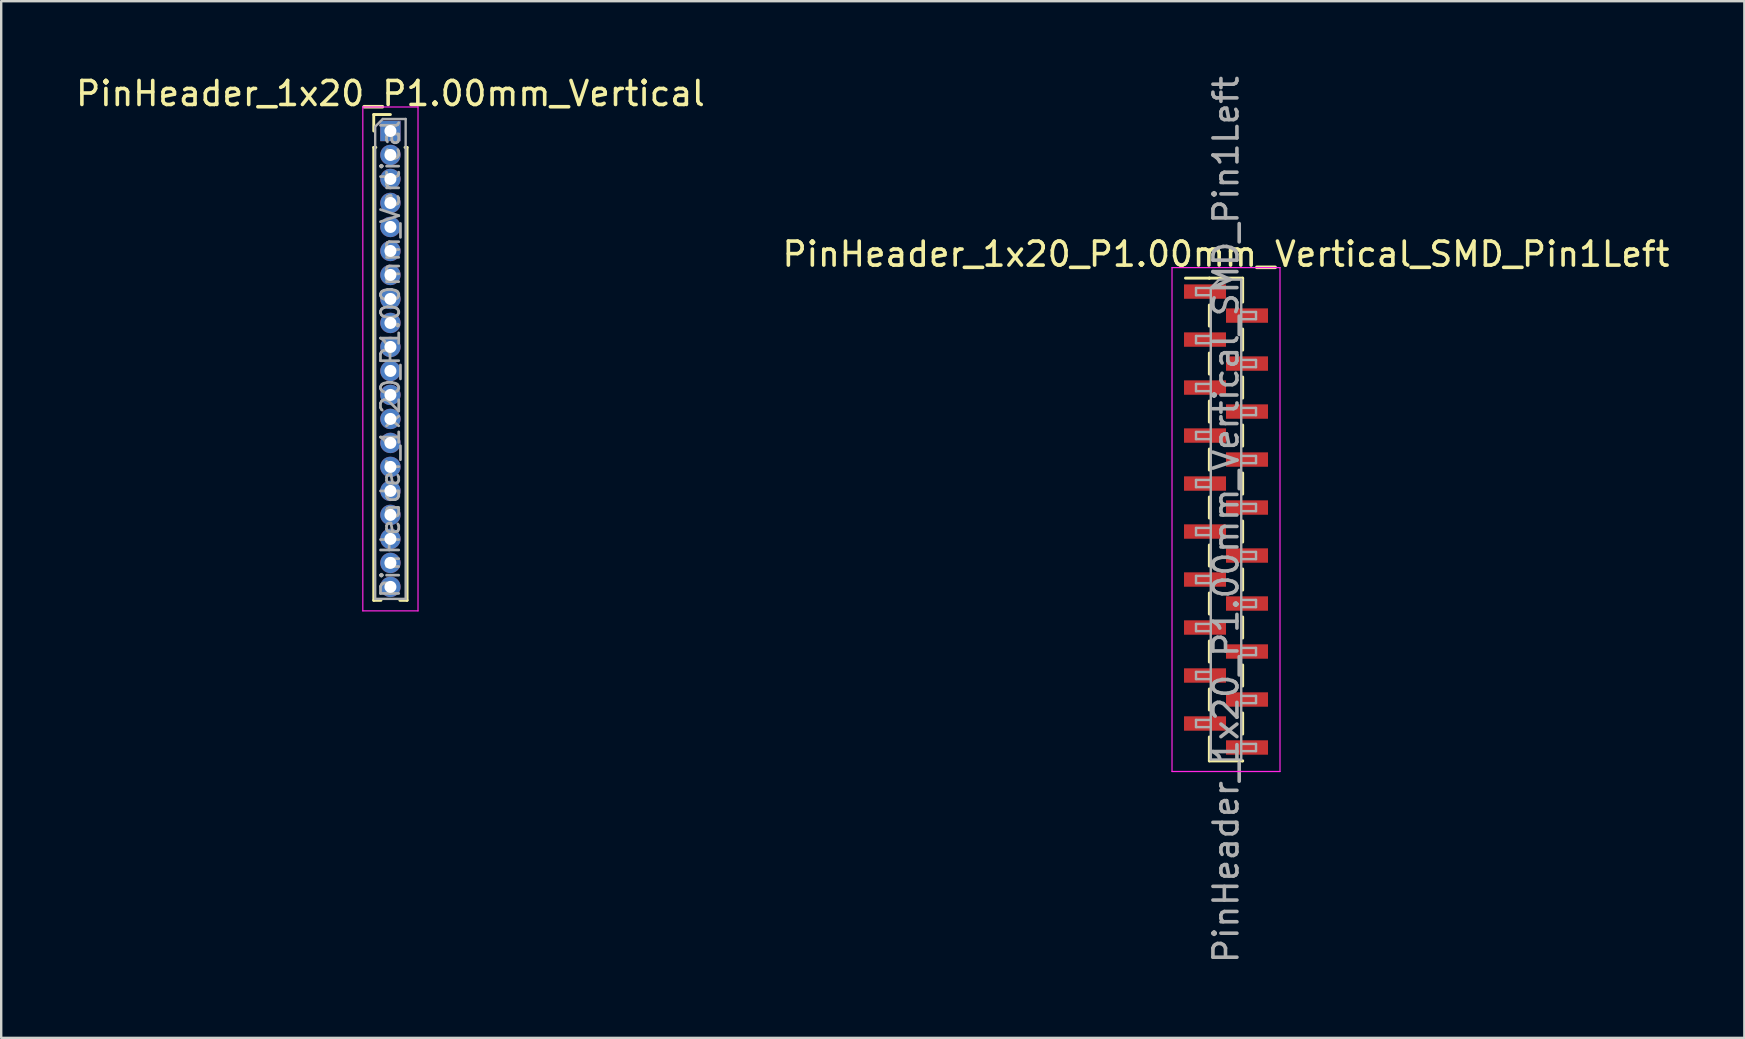
<source format=kicad_pcb>
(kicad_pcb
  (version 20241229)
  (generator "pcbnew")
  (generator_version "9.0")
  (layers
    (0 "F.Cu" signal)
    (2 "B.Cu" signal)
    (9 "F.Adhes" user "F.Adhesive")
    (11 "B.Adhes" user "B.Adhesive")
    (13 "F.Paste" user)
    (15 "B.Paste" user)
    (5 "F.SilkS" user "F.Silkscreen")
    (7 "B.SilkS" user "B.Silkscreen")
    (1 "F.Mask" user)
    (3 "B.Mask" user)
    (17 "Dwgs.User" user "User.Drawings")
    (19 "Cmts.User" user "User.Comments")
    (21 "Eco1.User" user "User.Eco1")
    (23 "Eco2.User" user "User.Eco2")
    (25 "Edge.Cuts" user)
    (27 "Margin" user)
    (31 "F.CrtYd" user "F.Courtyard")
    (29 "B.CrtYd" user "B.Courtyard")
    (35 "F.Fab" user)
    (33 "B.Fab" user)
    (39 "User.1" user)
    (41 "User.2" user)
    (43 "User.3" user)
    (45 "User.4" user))
  (footprint "PinHeader_1x20_P1.00mm_Vertical"
    (layer "F.Cu")
    (at 13.22 2.408)
    (property "Reference" "PinHeader_1x20_P1.00mm_Vertical" (at 0 -1.56 0) (layer "F.SilkS") (effects (font (size 1 1) (thickness 0.15))))
    (attr through_hole)
    (fp_line (start -0.695 -0.685) (end 0 -0.685) (stroke (width 0.12) (type solid)) (layer "F.SilkS"))
    (fp_line (start -0.695 0) (end -0.695 -0.685) (stroke (width 0.12) (type solid)) (layer "F.SilkS"))
    (fp_line (start -0.695 0.685) (end -0.695 19.56) (stroke (width 0.12) (type solid)) (layer "F.SilkS"))
    (fp_line (start -0.695 0.685) (end -0.608 0.685) (stroke (width 0.12) (type solid)) (layer "F.SilkS"))
    (fp_line (start -0.695 19.56) (end -0.394 19.56) (stroke (width 0.12) (type solid)) (layer "F.SilkS"))
    (fp_line (start 0.394 19.56) (end 0.695 19.56) (stroke (width 0.12) (type solid)) (layer "F.SilkS"))
    (fp_line (start 0.608 0.685) (end 0.695 0.685) (stroke (width 0.12) (type solid)) (layer "F.SilkS"))
    (fp_line (start 0.695 0.685) (end 0.695 19.56) (stroke (width 0.12) (type solid)) (layer "F.SilkS"))
    (fp_line (start -1.15 -1) (end -1.15 20) (stroke (width 0.05) (type solid)) (layer "F.CrtYd"))
    (fp_line (start -1.15 20) (end 1.15 20) (stroke (width 0.05) (type solid)) (layer "F.CrtYd"))
    (fp_line (start 1.15 -1) (end -1.15 -1) (stroke (width 0.05) (type solid)) (layer "F.CrtYd"))
    (fp_line (start 1.15 20) (end 1.15 -1) (stroke (width 0.05) (type solid)) (layer "F.CrtYd"))
    (fp_line (start -0.635 -0.182) (end -0.318 -0.5) (stroke (width 0.1) (type solid)) (layer "F.Fab"))
    (fp_line (start -0.635 19.5) (end -0.635 -0.182) (stroke (width 0.1) (type solid)) (layer "F.Fab"))
    (fp_line (start -0.318 -0.5) (end 0.635 -0.5) (stroke (width 0.1) (type solid)) (layer "F.Fab"))
    (fp_line (start 0.635 -0.5) (end 0.635 19.5) (stroke (width 0.1) (type solid)) (layer "F.Fab"))
    (fp_line (start 0.635 19.5) (end -0.635 19.5) (stroke (width 0.1) (type solid)) (layer "F.Fab"))
    (fp_text user "${REFERENCE}" (at 0 9.5 90) (layer "F.Fab") (effects (font (size 0.76 0.76) (thickness 0.114))))
    (pad "1" thru_hole rect (at 0 0) (size 0.85 0.85) (drill 0.5) (layers "*.Cu" "*.Mask"))
    (pad "2" thru_hole oval (at 0 1) (size 0.85 0.85) (drill 0.5) (layers "*.Cu" "*.Mask"))
    (pad "3" thru_hole oval (at 0 2) (size 0.85 0.85) (drill 0.5) (layers "*.Cu" "*.Mask"))
    (pad "4" thru_hole oval (at 0 3) (size 0.85 0.85) (drill 0.5) (layers "*.Cu" "*.Mask"))
    (pad "5" thru_hole oval (at 0 4) (size 0.85 0.85) (drill 0.5) (layers "*.Cu" "*.Mask"))
    (pad "6" thru_hole oval (at 0 5) (size 0.85 0.85) (drill 0.5) (layers "*.Cu" "*.Mask"))
    (pad "7" thru_hole oval (at 0 6) (size 0.85 0.85) (drill 0.5) (layers "*.Cu" "*.Mask"))
    (pad "8" thru_hole oval (at 0 7) (size 0.85 0.85) (drill 0.5) (layers "*.Cu" "*.Mask"))
    (pad "9" thru_hole oval (at 0 8) (size 0.85 0.85) (drill 0.5) (layers "*.Cu" "*.Mask"))
    (pad "10" thru_hole oval (at 0 9) (size 0.85 0.85) (drill 0.5) (layers "*.Cu" "*.Mask"))
    (pad "11" thru_hole oval (at 0 10) (size 0.85 0.85) (drill 0.5) (layers "*.Cu" "*.Mask"))
    (pad "12" thru_hole oval (at 0 11) (size 0.85 0.85) (drill 0.5) (layers "*.Cu" "*.Mask"))
    (pad "13" thru_hole oval (at 0 12) (size 0.85 0.85) (drill 0.5) (layers "*.Cu" "*.Mask"))
    (pad "14" thru_hole oval (at 0 13) (size 0.85 0.85) (drill 0.5) (layers "*.Cu" "*.Mask"))
    (pad "15" thru_hole oval (at 0 14) (size 0.85 0.85) (drill 0.5) (layers "*.Cu" "*.Mask"))
    (pad "16" thru_hole oval (at 0 15) (size 0.85 0.85) (drill 0.5) (layers "*.Cu" "*.Mask"))
    (pad "17" thru_hole oval (at 0 16) (size 0.85 0.85) (drill 0.5) (layers "*.Cu" "*.Mask"))
    (pad "18" thru_hole oval (at 0 17) (size 0.85 0.85) (drill 0.5) (layers "*.Cu" "*.Mask"))
    (pad "19" thru_hole oval (at 0 18) (size 0.85 0.85) (drill 0.5) (layers "*.Cu" "*.Mask"))
    (pad "20" thru_hole oval (at 0 19) (size 0.85 0.85) (drill 0.5) (layers "*.Cu" "*.Mask")))
  (footprint "PinHeader_1x20_P1.00mm_Vertical_SMD_Pin1Left"
    (layer "F.Cu")
    (at 48.042 18.601)
    (property "Reference" "PinHeader_1x20_P1.00mm_Vertical_SMD_Pin1Left" (at 0 -11.06 0) (layer "F.SilkS") (effects (font (size 1 1) (thickness 0.15))))
    (attr smd)
    (fp_line (start -0.695 -10.06) (end -1.69 -10.06) (stroke (width 0.12) (type solid)) (layer "F.SilkS"))
    (fp_line (start -0.695 -10.06) (end -0.695 -10.06) (stroke (width 0.12) (type solid)) (layer "F.SilkS"))
    (fp_line (start -0.695 -10.06) (end 0.695 -10.06) (stroke (width 0.12) (type solid)) (layer "F.SilkS"))
    (fp_line (start -0.695 -8.94) (end -0.695 -8.06) (stroke (width 0.12) (type solid)) (layer "F.SilkS"))
    (fp_line (start -0.695 -6.94) (end -0.695 -6.06) (stroke (width 0.12) (type solid)) (layer "F.SilkS"))
    (fp_line (start -0.695 -4.94) (end -0.695 -4.06) (stroke (width 0.12) (type solid)) (layer "F.SilkS"))
    (fp_line (start -0.695 -2.94) (end -0.695 -2.06) (stroke (width 0.12) (type solid)) (layer "F.SilkS"))
    (fp_line (start -0.695 -0.94) (end -0.695 -0.06) (stroke (width 0.12) (type solid)) (layer "F.SilkS"))
    (fp_line (start -0.695 1.06) (end -0.695 1.94) (stroke (width 0.12) (type solid)) (layer "F.SilkS"))
    (fp_line (start -0.695 3.06) (end -0.695 3.94) (stroke (width 0.12) (type solid)) (layer "F.SilkS"))
    (fp_line (start -0.695 5.06) (end -0.695 5.94) (stroke (width 0.12) (type solid)) (layer "F.SilkS"))
    (fp_line (start -0.695 7.06) (end -0.695 7.94) (stroke (width 0.12) (type solid)) (layer "F.SilkS"))
    (fp_line (start -0.695 9.06) (end -0.695 10.06) (stroke (width 0.12) (type solid)) (layer "F.SilkS"))
    (fp_line (start -0.695 10.06) (end 0.695 10.06) (stroke (width 0.12) (type solid)) (layer "F.SilkS"))
    (fp_line (start 0.695 -10.06) (end 0.695 -9.06) (stroke (width 0.12) (type solid)) (layer "F.SilkS"))
    (fp_line (start 0.695 -7.94) (end 0.695 -7.06) (stroke (width 0.12) (type solid)) (layer "F.SilkS"))
    (fp_line (start 0.695 -5.94) (end 0.695 -5.06) (stroke (width 0.12) (type solid)) (layer "F.SilkS"))
    (fp_line (start 0.695 -3.94) (end 0.695 -3.06) (stroke (width 0.12) (type solid)) (layer "F.SilkS"))
    (fp_line (start 0.695 -1.94) (end 0.695 -1.06) (stroke (width 0.12) (type solid)) (layer "F.SilkS"))
    (fp_line (start 0.695 0.06) (end 0.695 0.94) (stroke (width 0.12) (type solid)) (layer "F.SilkS"))
    (fp_line (start 0.695 2.06) (end 0.695 2.94) (stroke (width 0.12) (type solid)) (layer "F.SilkS"))
    (fp_line (start 0.695 4.06) (end 0.695 4.94) (stroke (width 0.12) (type solid)) (layer "F.SilkS"))
    (fp_line (start 0.695 6.06) (end 0.695 6.94) (stroke (width 0.12) (type solid)) (layer "F.SilkS"))
    (fp_line (start 0.695 8.06) (end 0.695 8.94) (stroke (width 0.12) (type solid)) (layer "F.SilkS"))
    (fp_line (start 0.695 10.06) (end 0.695 10.06) (stroke (width 0.12) (type solid)) (layer "F.SilkS"))
    (fp_line (start -2.25 -10.5) (end -2.25 10.5) (stroke (width 0.05) (type solid)) (layer "F.CrtYd"))
    (fp_line (start -2.25 10.5) (end 2.25 10.5) (stroke (width 0.05) (type solid)) (layer "F.CrtYd"))
    (fp_line (start 2.25 -10.5) (end -2.25 -10.5) (stroke (width 0.05) (type solid)) (layer "F.CrtYd"))
    (fp_line (start 2.25 10.5) (end 2.25 -10.5) (stroke (width 0.05) (type solid)) (layer "F.CrtYd"))
    (fp_line (start -1.25 -9.65) (end -1.25 -9.35) (stroke (width 0.1) (type solid)) (layer "F.Fab"))
    (fp_line (start -1.25 -9.35) (end -0.635 -9.35) (stroke (width 0.1) (type solid)) (layer "F.Fab"))
    (fp_line (start -1.25 -7.65) (end -1.25 -7.35) (stroke (width 0.1) (type solid)) (layer "F.Fab"))
    (fp_line (start -1.25 -7.35) (end -0.635 -7.35) (stroke (width 0.1) (type solid)) (layer "F.Fab"))
    (fp_line (start -1.25 -5.65) (end -1.25 -5.35) (stroke (width 0.1) (type solid)) (layer "F.Fab"))
    (fp_line (start -1.25 -5.35) (end -0.635 -5.35) (stroke (width 0.1) (type solid)) (layer "F.Fab"))
    (fp_line (start -1.25 -3.65) (end -1.25 -3.35) (stroke (width 0.1) (type solid)) (layer "F.Fab"))
    (fp_line (start -1.25 -3.35) (end -0.635 -3.35) (stroke (width 0.1) (type solid)) (layer "F.Fab"))
    (fp_line (start -1.25 -1.65) (end -1.25 -1.35) (stroke (width 0.1) (type solid)) (layer "F.Fab"))
    (fp_line (start -1.25 -1.35) (end -0.635 -1.35) (stroke (width 0.1) (type solid)) (layer "F.Fab"))
    (fp_line (start -1.25 0.35) (end -1.25 0.65) (stroke (width 0.1) (type solid)) (layer "F.Fab"))
    (fp_line (start -1.25 0.65) (end -0.635 0.65) (stroke (width 0.1) (type solid)) (layer "F.Fab"))
    (fp_line (start -1.25 2.35) (end -1.25 2.65) (stroke (width 0.1) (type solid)) (layer "F.Fab"))
    (fp_line (start -1.25 2.65) (end -0.635 2.65) (stroke (width 0.1) (type solid)) (layer "F.Fab"))
    (fp_line (start -1.25 4.35) (end -1.25 4.65) (stroke (width 0.1) (type solid)) (layer "F.Fab"))
    (fp_line (start -1.25 4.65) (end -0.635 4.65) (stroke (width 0.1) (type solid)) (layer "F.Fab"))
    (fp_line (start -1.25 6.35) (end -1.25 6.65) (stroke (width 0.1) (type solid)) (layer "F.Fab"))
    (fp_line (start -1.25 6.65) (end -0.635 6.65) (stroke (width 0.1) (type solid)) (layer "F.Fab"))
    (fp_line (start -1.25 8.35) (end -1.25 8.65) (stroke (width 0.1) (type solid)) (layer "F.Fab"))
    (fp_line (start -1.25 8.65) (end -0.635 8.65) (stroke (width 0.1) (type solid)) (layer "F.Fab"))
    (fp_line (start -0.635 -9.65) (end -1.25 -9.65) (stroke (width 0.1) (type solid)) (layer "F.Fab"))
    (fp_line (start -0.635 -9.65) (end -0.285 -10) (stroke (width 0.1) (type solid)) (layer "F.Fab"))
    (fp_line (start -0.635 -7.65) (end -1.25 -7.65) (stroke (width 0.1) (type solid)) (layer "F.Fab"))
    (fp_line (start -0.635 -5.65) (end -1.25 -5.65) (stroke (width 0.1) (type solid)) (layer "F.Fab"))
    (fp_line (start -0.635 -3.65) (end -1.25 -3.65) (stroke (width 0.1) (type solid)) (layer "F.Fab"))
    (fp_line (start -0.635 -1.65) (end -1.25 -1.65) (stroke (width 0.1) (type solid)) (layer "F.Fab"))
    (fp_line (start -0.635 0.35) (end -1.25 0.35) (stroke (width 0.1) (type solid)) (layer "F.Fab"))
    (fp_line (start -0.635 2.35) (end -1.25 2.35) (stroke (width 0.1) (type solid)) (layer "F.Fab"))
    (fp_line (start -0.635 4.35) (end -1.25 4.35) (stroke (width 0.1) (type solid)) (layer "F.Fab"))
    (fp_line (start -0.635 6.35) (end -1.25 6.35) (stroke (width 0.1) (type solid)) (layer "F.Fab"))
    (fp_line (start -0.635 8.35) (end -1.25 8.35) (stroke (width 0.1) (type solid)) (layer "F.Fab"))
    (fp_line (start -0.635 10) (end -0.635 -9.65) (stroke (width 0.1) (type solid)) (layer "F.Fab"))
    (fp_line (start -0.285 -10) (end 0.635 -10) (stroke (width 0.1) (type solid)) (layer "F.Fab"))
    (fp_line (start 0.635 -10) (end 0.635 10) (stroke (width 0.1) (type solid)) (layer "F.Fab"))
    (fp_line (start 0.635 -8.65) (end 1.25 -8.65) (stroke (width 0.1) (type solid)) (layer "F.Fab"))
    (fp_line (start 0.635 -6.65) (end 1.25 -6.65) (stroke (width 0.1) (type solid)) (layer "F.Fab"))
    (fp_line (start 0.635 -4.65) (end 1.25 -4.65) (stroke (width 0.1) (type solid)) (layer "F.Fab"))
    (fp_line (start 0.635 -2.65) (end 1.25 -2.65) (stroke (width 0.1) (type solid)) (layer "F.Fab"))
    (fp_line (start 0.635 -0.65) (end 1.25 -0.65) (stroke (width 0.1) (type solid)) (layer "F.Fab"))
    (fp_line (start 0.635 1.35) (end 1.25 1.35) (stroke (width 0.1) (type solid)) (layer "F.Fab"))
    (fp_line (start 0.635 3.35) (end 1.25 3.35) (stroke (width 0.1) (type solid)) (layer "F.Fab"))
    (fp_line (start 0.635 5.35) (end 1.25 5.35) (stroke (width 0.1) (type solid)) (layer "F.Fab"))
    (fp_line (start 0.635 7.35) (end 1.25 7.35) (stroke (width 0.1) (type solid)) (layer "F.Fab"))
    (fp_line (start 0.635 9.35) (end 1.25 9.35) (stroke (width 0.1) (type solid)) (layer "F.Fab"))
    (fp_line (start 0.635 10) (end -0.635 10) (stroke (width 0.1) (type solid)) (layer "F.Fab"))
    (fp_line (start 1.25 -8.65) (end 1.25 -8.35) (stroke (width 0.1) (type solid)) (layer "F.Fab"))
    (fp_line (start 1.25 -8.35) (end 0.635 -8.35) (stroke (width 0.1) (type solid)) (layer "F.Fab"))
    (fp_line (start 1.25 -6.65) (end 1.25 -6.35) (stroke (width 0.1) (type solid)) (layer "F.Fab"))
    (fp_line (start 1.25 -6.35) (end 0.635 -6.35) (stroke (width 0.1) (type solid)) (layer "F.Fab"))
    (fp_line (start 1.25 -4.65) (end 1.25 -4.35) (stroke (width 0.1) (type solid)) (layer "F.Fab"))
    (fp_line (start 1.25 -4.35) (end 0.635 -4.35) (stroke (width 0.1) (type solid)) (layer "F.Fab"))
    (fp_line (start 1.25 -2.65) (end 1.25 -2.35) (stroke (width 0.1) (type solid)) (layer "F.Fab"))
    (fp_line (start 1.25 -2.35) (end 0.635 -2.35) (stroke (width 0.1) (type solid)) (layer "F.Fab"))
    (fp_line (start 1.25 -0.65) (end 1.25 -0.35) (stroke (width 0.1) (type solid)) (layer "F.Fab"))
    (fp_line (start 1.25 -0.35) (end 0.635 -0.35) (stroke (width 0.1) (type solid)) (layer "F.Fab"))
    (fp_line (start 1.25 1.35) (end 1.25 1.65) (stroke (width 0.1) (type solid)) (layer "F.Fab"))
    (fp_line (start 1.25 1.65) (end 0.635 1.65) (stroke (width 0.1) (type solid)) (layer "F.Fab"))
    (fp_line (start 1.25 3.35) (end 1.25 3.65) (stroke (width 0.1) (type solid)) (layer "F.Fab"))
    (fp_line (start 1.25 3.65) (end 0.635 3.65) (stroke (width 0.1) (type solid)) (layer "F.Fab"))
    (fp_line (start 1.25 5.35) (end 1.25 5.65) (stroke (width 0.1) (type solid)) (layer "F.Fab"))
    (fp_line (start 1.25 5.65) (end 0.635 5.65) (stroke (width 0.1) (type solid)) (layer "F.Fab"))
    (fp_line (start 1.25 7.35) (end 1.25 7.65) (stroke (width 0.1) (type solid)) (layer "F.Fab"))
    (fp_line (start 1.25 7.65) (end 0.635 7.65) (stroke (width 0.1) (type solid)) (layer "F.Fab"))
    (fp_line (start 1.25 9.35) (end 1.25 9.65) (stroke (width 0.1) (type solid)) (layer "F.Fab"))
    (fp_line (start 1.25 9.65) (end 0.635 9.65) (stroke (width 0.1) (type solid)) (layer "F.Fab"))
    (fp_text user "${REFERENCE}" (at 0 0 90) (layer "F.Fab") (effects (font (size 1 1) (thickness 0.15))))
    (pad "1" smd rect (at -0.875 -9.5) (size 1.75 0.6) (layers "F.Cu" "F.Mask" "F.Paste"))
    (pad "2" smd rect (at 0.875 -8.5) (size 1.75 0.6) (layers "F.Cu" "F.Mask" "F.Paste"))
    (pad "3" smd rect (at -0.875 -7.5) (size 1.75 0.6) (layers "F.Cu" "F.Mask" "F.Paste"))
    (pad "4" smd rect (at 0.875 -6.5) (size 1.75 0.6) (layers "F.Cu" "F.Mask" "F.Paste"))
    (pad "5" smd rect (at -0.875 -5.5) (size 1.75 0.6) (layers "F.Cu" "F.Mask" "F.Paste"))
    (pad "6" smd rect (at 0.875 -4.5) (size 1.75 0.6) (layers "F.Cu" "F.Mask" "F.Paste"))
    (pad "7" smd rect (at -0.875 -3.5) (size 1.75 0.6) (layers "F.Cu" "F.Mask" "F.Paste"))
    (pad "8" smd rect (at 0.875 -2.5) (size 1.75 0.6) (layers "F.Cu" "F.Mask" "F.Paste"))
    (pad "9" smd rect (at -0.875 -1.5) (size 1.75 0.6) (layers "F.Cu" "F.Mask" "F.Paste"))
    (pad "10" smd rect (at 0.875 -0.5) (size 1.75 0.6) (layers "F.Cu" "F.Mask" "F.Paste"))
    (pad "11" smd rect (at -0.875 0.5) (size 1.75 0.6) (layers "F.Cu" "F.Mask" "F.Paste"))
    (pad "12" smd rect (at 0.875 1.5) (size 1.75 0.6) (layers "F.Cu" "F.Mask" "F.Paste"))
    (pad "13" smd rect (at -0.875 2.5) (size 1.75 0.6) (layers "F.Cu" "F.Mask" "F.Paste"))
    (pad "14" smd rect (at 0.875 3.5) (size 1.75 0.6) (layers "F.Cu" "F.Mask" "F.Paste"))
    (pad "15" smd rect (at -0.875 4.5) (size 1.75 0.6) (layers "F.Cu" "F.Mask" "F.Paste"))
    (pad "16" smd rect (at 0.875 5.5) (size 1.75 0.6) (layers "F.Cu" "F.Mask" "F.Paste"))
    (pad "17" smd rect (at -0.875 6.5) (size 1.75 0.6) (layers "F.Cu" "F.Mask" "F.Paste"))
    (pad "18" smd rect (at 0.875 7.5) (size 1.75 0.6) (layers "F.Cu" "F.Mask" "F.Paste"))
    (pad "19" smd rect (at -0.875 8.5) (size 1.75 0.6) (layers "F.Cu" "F.Mask" "F.Paste"))
    (pad "20" smd rect (at 0.875 9.5) (size 1.75 0.6) (layers "F.Cu" "F.Mask" "F.Paste")))
  (gr_rect
    (start -3 -3)
    (end 69.643 40.202)
    (stroke (width 0.1) (type default))
    (fill no)
    (layer "Edge.Cuts")))
</source>
